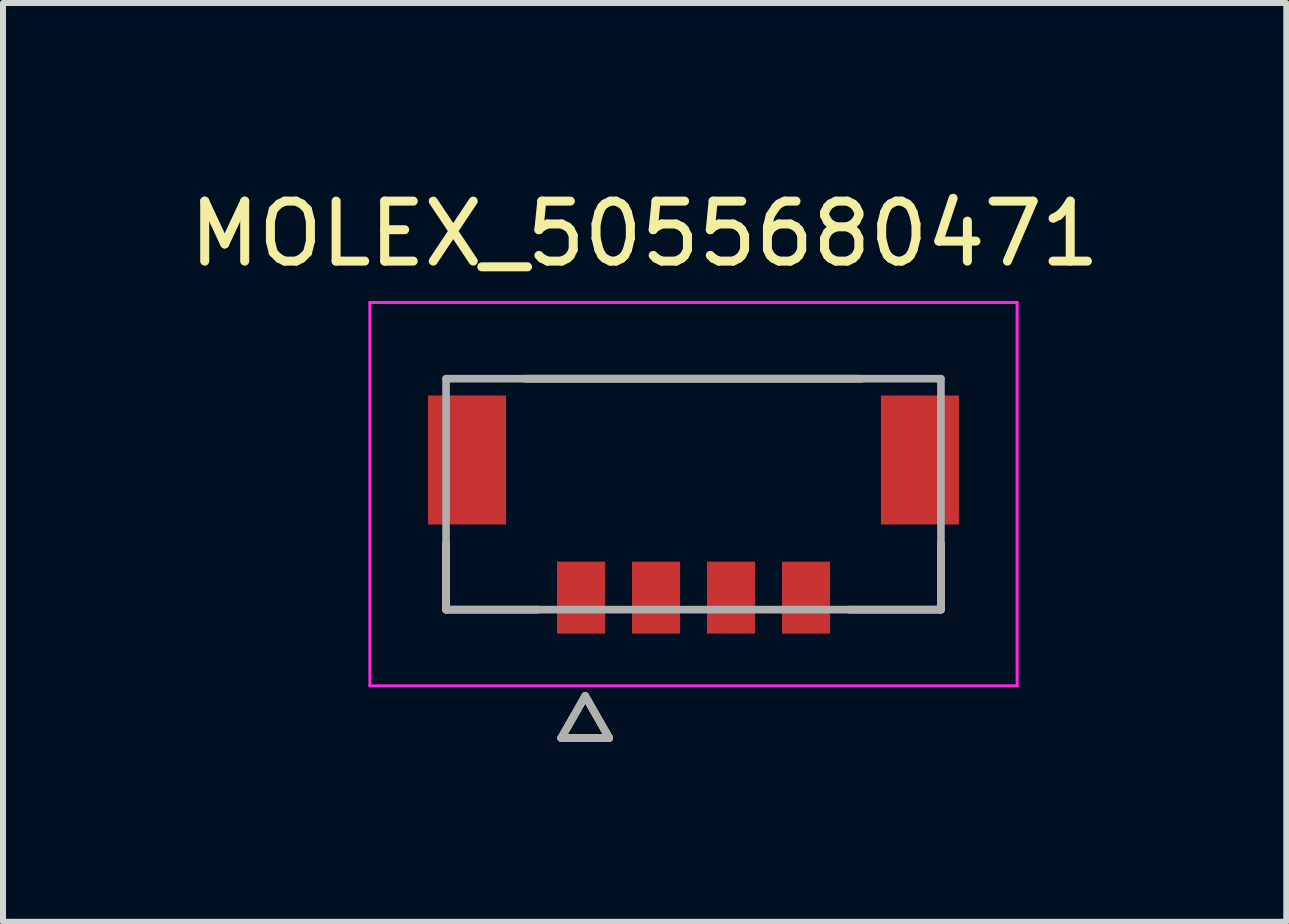
<source format=kicad_pcb>
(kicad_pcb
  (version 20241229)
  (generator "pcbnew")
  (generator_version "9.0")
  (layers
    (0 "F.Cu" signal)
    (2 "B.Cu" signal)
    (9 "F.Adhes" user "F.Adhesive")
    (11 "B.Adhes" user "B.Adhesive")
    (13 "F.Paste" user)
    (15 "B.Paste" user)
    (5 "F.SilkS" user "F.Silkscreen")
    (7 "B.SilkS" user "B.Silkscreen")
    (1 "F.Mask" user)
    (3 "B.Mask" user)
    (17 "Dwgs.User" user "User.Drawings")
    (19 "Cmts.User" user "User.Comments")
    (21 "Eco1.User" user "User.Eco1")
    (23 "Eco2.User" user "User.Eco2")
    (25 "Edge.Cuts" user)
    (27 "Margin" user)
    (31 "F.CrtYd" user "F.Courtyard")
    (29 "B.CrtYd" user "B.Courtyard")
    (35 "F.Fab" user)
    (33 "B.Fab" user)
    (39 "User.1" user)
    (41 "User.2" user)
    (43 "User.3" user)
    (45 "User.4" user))
  (footprint "MOLEX_5055680471"
    (layer "F.Cu")
    (at 8.511 5.188)
    (property "Reference" "MOLEX_5055680471" (at -0.815 -4.34 0) (layer "F.SilkS") (effects (font (size 1 1) (thickness 0.15))))
    (attr smd)
    (fp_poly (pts (xy -4.501 -1.721) (xy -3.049 -1.721) (xy -3.049 0.581) (xy -4.501 0.581)) (stroke (width 0.01) (type solid)) (fill yes) (layer "F.Mask"))
    (fp_poly (pts (xy -2.351 1.049) (xy -1.399 1.049) (xy -1.399 2.401) (xy -2.351 2.401)) (stroke (width 0.01) (type solid)) (fill yes) (layer "F.Mask"))
    (fp_poly (pts (xy -1.101 1.049) (xy -0.149 1.049) (xy -0.149 2.401) (xy -1.101 2.401)) (stroke (width 0.01) (type solid)) (fill yes) (layer "F.Mask"))
    (fp_poly (pts (xy 0.149 1.049) (xy 1.101 1.049) (xy 1.101 2.401) (xy 0.149 2.401)) (stroke (width 0.01) (type solid)) (fill yes) (layer "F.Mask"))
    (fp_poly (pts (xy 1.399 1.049) (xy 2.351 1.049) (xy 2.351 2.401) (xy 1.399 2.401)) (stroke (width 0.01) (type solid)) (fill yes) (layer "F.Mask"))
    (fp_poly (pts (xy 3.049 -1.721) (xy 4.501 -1.721) (xy 4.501 0.581) (xy 3.049 0.581)) (stroke (width 0.01) (type solid)) (fill yes) (layer "F.Mask"))
    (fp_line (start -4.125 1.925) (end -4.125 0.825) (stroke (width 0.127) (type solid)) (layer "F.SilkS"))
    (fp_line (start -2.595 1.925) (end -4.125 1.925) (stroke (width 0.127) (type solid)) (layer "F.SilkS"))
    (fp_line (start -2.205 4.065) (end -1.405 4.065) (stroke (width 0.127) (type solid)) (layer "F.SilkS"))
    (fp_line (start -1.805 3.365) (end -2.205 4.065) (stroke (width 0.127) (type solid)) (layer "F.SilkS"))
    (fp_line (start -1.405 4.065) (end -1.805 3.365) (stroke (width 0.127) (type solid)) (layer "F.SilkS"))
    (fp_line (start 2.805 -1.925) (end -2.805 -1.925) (stroke (width 0.127) (type solid)) (layer "F.SilkS"))
    (fp_line (start 4.125 0.825) (end 4.125 1.925) (stroke (width 0.127) (type solid)) (layer "F.SilkS"))
    (fp_line (start 4.125 1.925) (end 2.595 1.925) (stroke (width 0.127) (type solid)) (layer "F.SilkS"))
    (fp_line (start -5.395 -3.195) (end 5.395 -3.195) (stroke (width 0.05) (type solid)) (layer "F.CrtYd"))
    (fp_line (start -5.395 3.195) (end -5.395 -3.195) (stroke (width 0.05) (type solid)) (layer "F.CrtYd"))
    (fp_line (start -5.395 3.195) (end 5.395 3.195) (stroke (width 0.05) (type solid)) (layer "F.CrtYd"))
    (fp_line (start 5.395 -3.195) (end 5.395 3.195) (stroke (width 0.05) (type solid)) (layer "F.CrtYd"))
    (fp_line (start -4.125 -1.925) (end 4.125 -1.925) (stroke (width 0.127) (type solid)) (layer "F.Fab"))
    (fp_line (start -4.125 1.925) (end -4.125 -1.925) (stroke (width 0.127) (type solid)) (layer "F.Fab"))
    (fp_line (start -2.205 4.065) (end -1.405 4.065) (stroke (width 0.127) (type solid)) (layer "F.Fab"))
    (fp_line (start -1.805 3.365) (end -2.205 4.065) (stroke (width 0.127) (type solid)) (layer "F.Fab"))
    (fp_line (start -1.405 4.065) (end -1.805 3.365) (stroke (width 0.127) (type solid)) (layer "F.Fab"))
    (fp_line (start 4.125 -1.925) (end 4.125 1.925) (stroke (width 0.127) (type solid)) (layer "F.Fab"))
    (fp_line (start 4.125 1.925) (end -4.125 1.925) (stroke (width 0.127) (type solid)) (layer "F.Fab"))
    (pad "1" smd rect (at -1.875 1.725) (size 0.8 1.2) (layers "F.Cu" "F.Paste"))
    (pad "2" smd rect (at -0.625 1.725) (size 0.8 1.2) (layers "F.Cu" "F.Paste"))
    (pad "3" smd rect (at 0.625 1.725) (size 0.8 1.2) (layers "F.Cu" "F.Paste"))
    (pad "4" smd rect (at 1.875 1.725) (size 0.8 1.2) (layers "F.Cu" "F.Paste"))
    (pad "S1" smd rect (at -3.775 -0.57) (size 1.3 2.15) (layers "F.Cu" "F.Paste"))
    (pad "S2" smd rect (at 3.775 -0.57) (size 1.3 2.15) (layers "F.Cu" "F.Paste"))
    (zone (net_name "") (layer "F.Cu") (hatch full 0.508) (connect_pads) (min_thickness 0.01) (filled_areas_thickness no) (keepout (tracks not_allowed) (vias not_allowed) (pads not_allowed) (copperpour not_allowed) (footprints allowed)) (placement (enabled no)) (fill) (polygon (pts (xy 3.686 5.693) (xy 3.686 7.593) (xy 6.236 7.593) (xy 6.236 6.313) (xy 10.786 6.313) (xy 10.786 7.593) (xy 13.336 7.593) (xy 13.336 5.693) (xy 11.636 5.693) (xy 11.636 3.543) (xy 12.536 3.543) (xy 12.536 2.443) (xy 4.486 2.443) (xy 4.486 3.543) (xy 5.386 3.543) (xy 5.386 5.693))))
    (zone (net_name "") (layers "F.Cu" "B.Cu") (hatch full 0.508) (connect_pads) (min_thickness 0.01) (filled_areas_thickness no) (keepout (tracks allowed) (vias not_allowed) (pads allowed) (copperpour allowed) (footprints allowed)) (placement (enabled no)) (fill) (polygon (pts (xy 3.686 5.693) (xy 3.686 7.593) (xy 6.236 7.593) (xy 6.236 6.313) (xy 10.786 6.313) (xy 10.786 7.593) (xy 13.336 7.593) (xy 13.336 5.693) (xy 11.636 5.693) (xy 11.636 3.543) (xy 12.536 3.543) (xy 12.536 2.443) (xy 4.486 2.443) (xy 4.486 3.543) (xy 5.386 3.543) (xy 5.386 5.693)))))
  (gr_rect
    (start -3 -3)
    (end 18.393 12.317)
    (stroke (width 0.1) (type default))
    (fill no)
    (layer "Edge.Cuts")))
</source>
